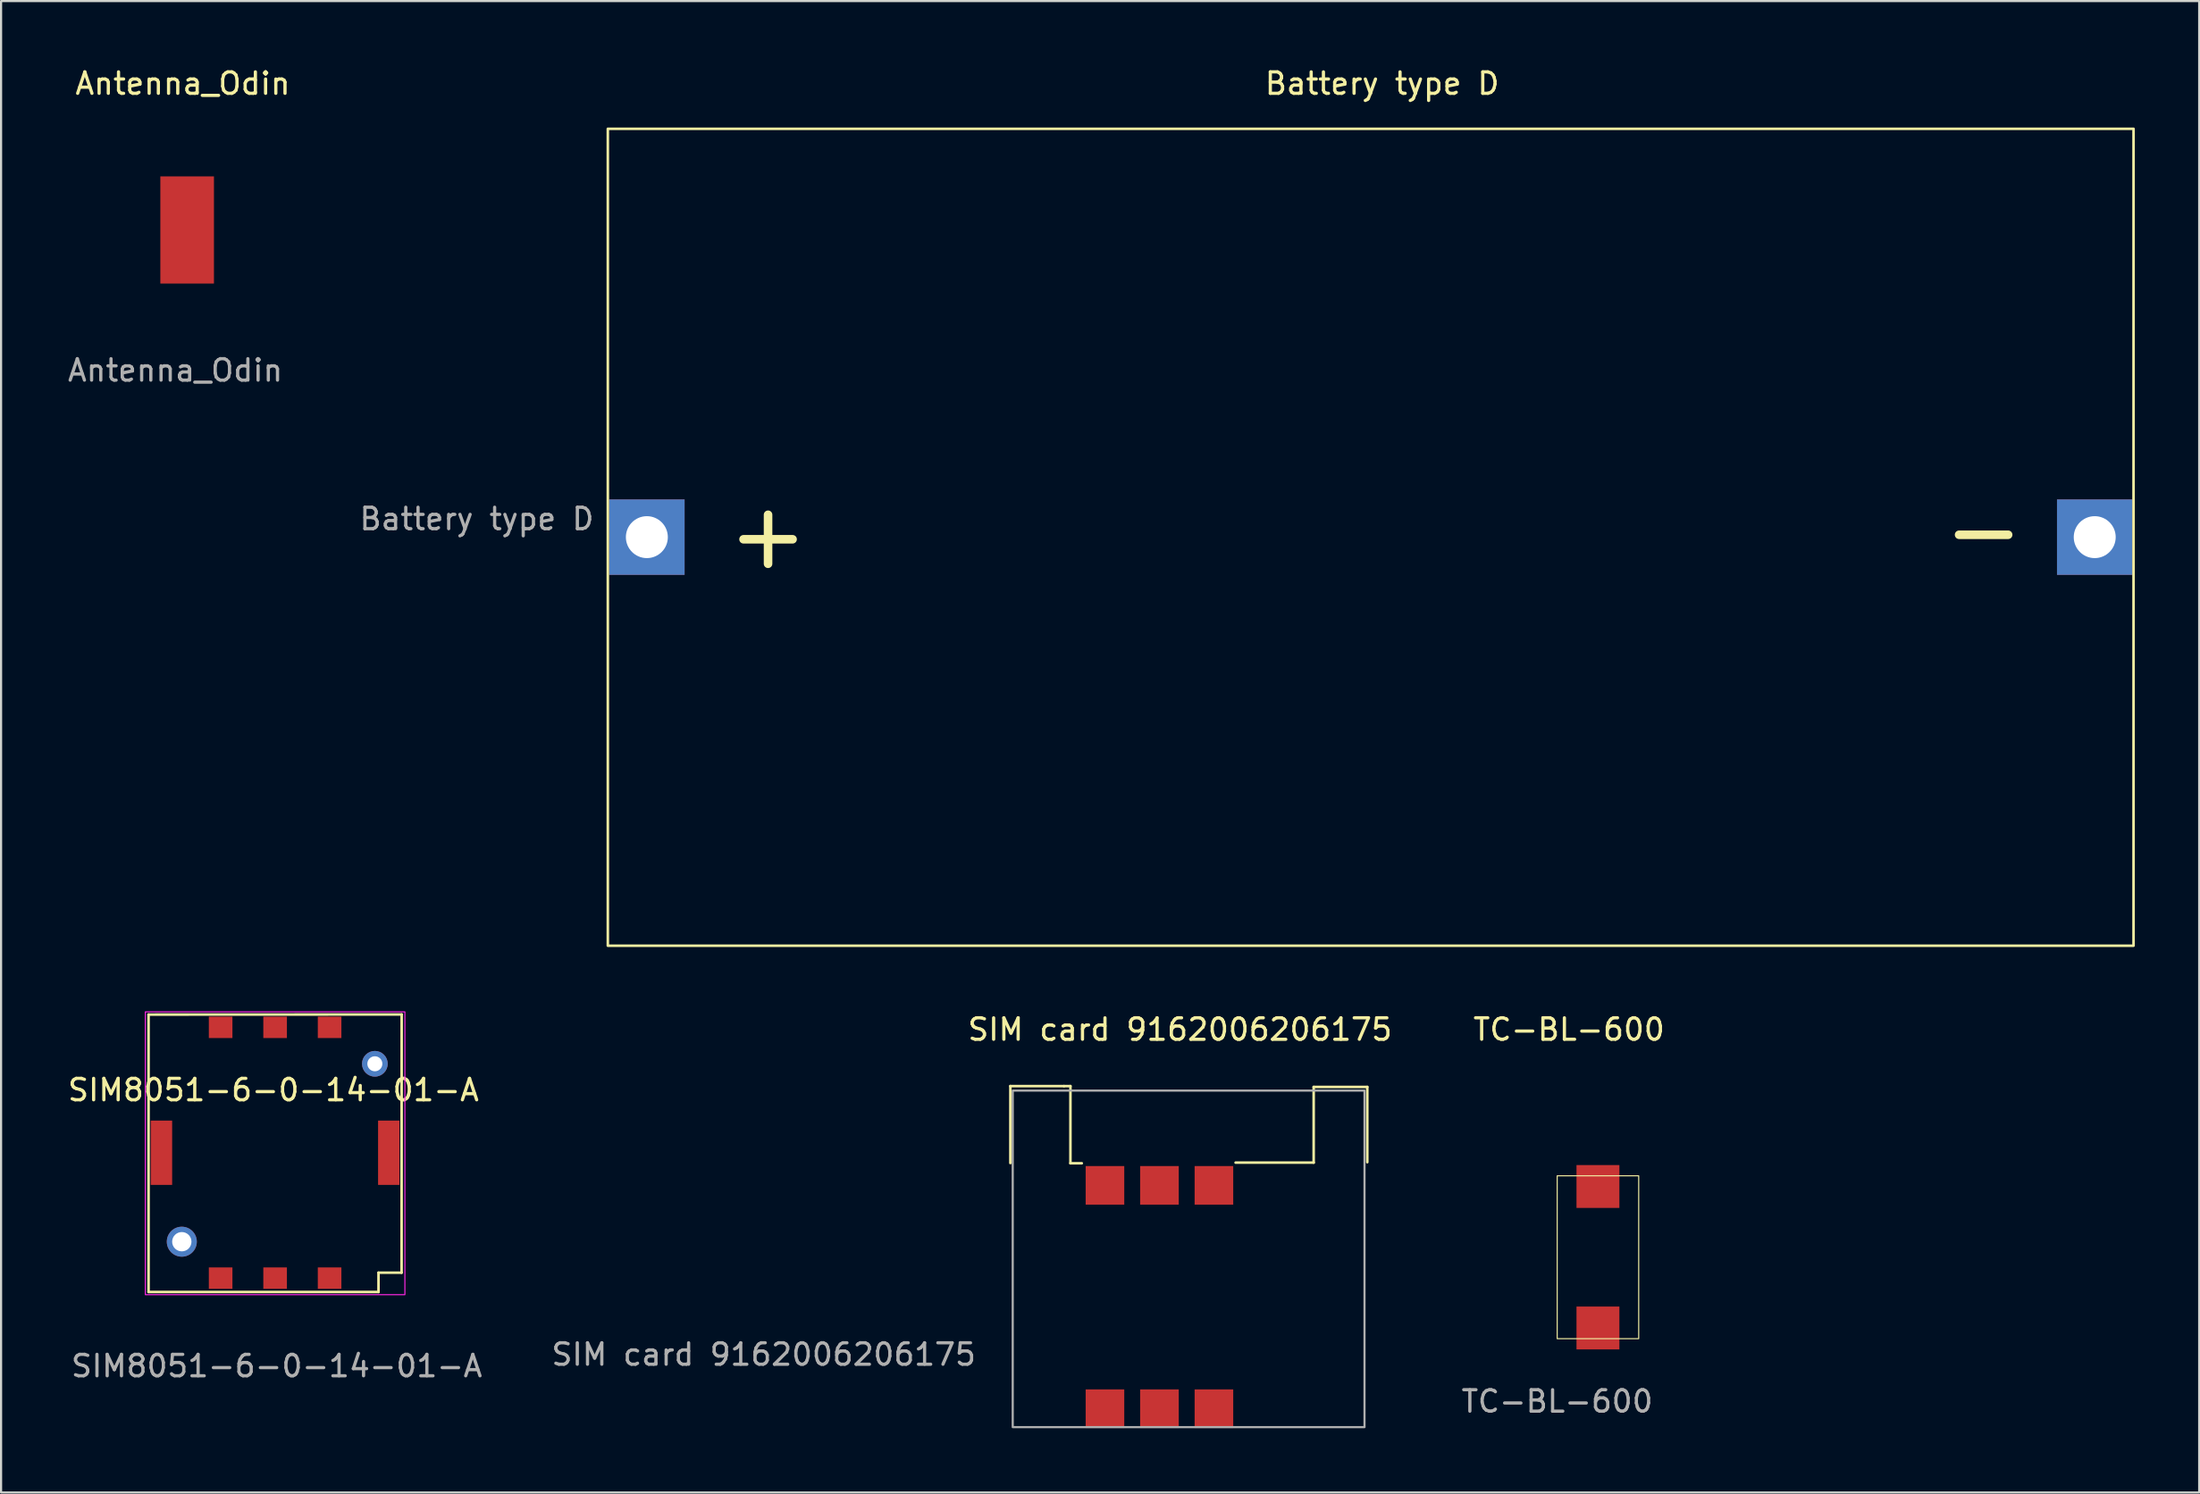
<source format=kicad_pcb>
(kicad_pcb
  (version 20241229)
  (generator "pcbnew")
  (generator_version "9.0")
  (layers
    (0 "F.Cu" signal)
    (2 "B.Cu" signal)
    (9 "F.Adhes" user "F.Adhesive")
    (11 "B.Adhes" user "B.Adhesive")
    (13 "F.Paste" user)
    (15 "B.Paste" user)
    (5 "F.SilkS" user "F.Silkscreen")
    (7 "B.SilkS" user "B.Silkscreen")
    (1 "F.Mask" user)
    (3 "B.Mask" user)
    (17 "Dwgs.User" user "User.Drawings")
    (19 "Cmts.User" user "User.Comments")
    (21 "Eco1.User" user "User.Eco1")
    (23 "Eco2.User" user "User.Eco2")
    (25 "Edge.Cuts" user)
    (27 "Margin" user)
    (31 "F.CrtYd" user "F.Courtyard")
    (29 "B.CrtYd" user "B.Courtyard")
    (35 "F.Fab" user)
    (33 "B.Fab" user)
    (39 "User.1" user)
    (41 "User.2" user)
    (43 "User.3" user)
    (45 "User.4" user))
  (footprint "Battery type D"
    (layer "F.Cu")
    (at 25.287 2.958)
    (property "Reference" "Battery type D" (at 36.1 -2.11 0) (unlocked yes) (layer "F.SilkS") (effects (font (size 1 1) (thickness 0.15))))
    (attr through_hole)
    (fp_rect (start 0 0) (end 71.13 38.11) (stroke (width 0.12) (type default)) (fill no) (layer "F.SilkS"))
    (fp_text user "+" (at 5.35 20.68 0) (unlocked yes) (layer "F.SilkS") (effects (font (size 3 3) (thickness 0.4)) (justify left bottom)))
    (fp_text user "-" (at 62.02 20.47 0) (unlocked yes) (layer "F.SilkS") (effects (font (size 3 3) (thickness 0.4)) (justify left bottom)))
    (fp_text user "${REFERENCE}" (at -6.11 18.2 0) (unlocked yes) (layer "F.Fab") (effects (font (size 1 1) (thickness 0.15))))
    (pad "1" thru_hole rect (at 1.82 19.05) (size 3.518 3.518) (drill 1.956) (layers "*.Cu" "*.Mask"))
    (pad "2" thru_hole rect (at 69.32 19.05) (size 3.518 3.518) (drill 1.956) (layers "*.Cu" "*.Mask")))
  (footprint "SIM8051-6-0-14-01-A"
    (layer "F.Cu")
    (at 9.776 48.051)
    (property "Reference" "SIM8051-6-0-14-01-A" (at -0.08 -0.25 0) (unlocked yes) (layer "F.SilkS") (effects (font (size 1 1) (thickness 0.15))))
    (attr smd)
    (fp_line (start -5.9 -3.77) (end -5.9 9.17) (stroke (width 0.12) (type default)) (layer "F.SilkS"))
    (fp_line (start -5.9 9.17) (end 4.82 9.17) (stroke (width 0.12) (type default)) (layer "F.SilkS"))
    (fp_line (start 4.82 8.27) (end 4.82 9.17) (stroke (width 0.12) (type default)) (layer "F.SilkS"))
    (fp_line (start 5.897 8.27) (end 4.822 8.27) (stroke (width 0.12) (type default)) (layer "F.SilkS"))
    (fp_line (start 5.897 8.27) (end 5.9 -3.775) (stroke (width 0.12) (type default)) (layer "F.SilkS"))
    (fp_line (start 5.9 -3.775) (end -5.9 -3.77) (stroke (width 0.12) (type default)) (layer "F.SilkS"))
    (fp_rect (start -6.05 -3.897) (end 6.05 9.297) (stroke (width 0.05) (type default)) (fill no) (layer "F.CrtYd"))
    (fp_text user "${REFERENCE}" (at 0.075 12.625 0) (unlocked yes) (layer "F.Fab") (effects (font (size 1 1) (thickness 0.15))))
    (pad "C1" smd rect (at 2.54 8.525 270) (size 1 1.1) (layers "F.Cu" "F.Mask" "F.Paste"))
    (pad "C2" smd rect (at 0 8.525 270) (size 1 1.1) (layers "F.Cu" "F.Mask" "F.Paste"))
    (pad "C3" smd rect (at -2.54 8.525 270) (size 1 1.1) (layers "F.Cu" "F.Mask" "F.Paste"))
    (pad "C5" smd rect (at 2.54 -3.175 270) (size 1 1.1) (layers "F.Cu" "F.Mask" "F.Paste"))
    (pad "C6" smd rect (at 0 -3.175 270) (size 1 1.1) (layers "F.Cu" "F.Mask" "F.Paste"))
    (pad "C7" smd rect (at -2.54 -3.175 270) (size 1 1.1) (layers "F.Cu" "F.Mask" "F.Paste"))
    (pad "G1" smd rect (at 5.3 2.675 180) (size 1 3) (layers "F.Cu" "F.Mask" "F.Paste"))
    (pad "G2" smd rect (at -5.3 2.675 180) (size 1 3) (layers "F.Cu" "F.Mask" "F.Paste"))
    (pad "G3" thru_hole circle (at 4.65 -1.475 180) (size 1.2 1.2) (drill 0.7) (layers "*.Cu" "*.Mask"))
    (pad "G4" thru_hole circle (at -4.35 6.825 180) (size 1.4 1.4) (drill 0.9) (layers "*.Cu" "*.Mask"))
    (zone (net_name "") (layer "F.Cu") (hatch full 0.5) (connect_pads) (min_thickness 0.25) (filled_areas_thickness no) (keepout (tracks not_allowed) (vias not_allowed) (pads not_allowed) (copperpour allowed) (footprints allowed)) (placement (enabled no)) (fill) (polygon (pts (xy 6.201 48.576) (xy 13.351 48.576) (xy 13.351 53.426) (xy 6.201 53.426))))
    (zone (net_name "") (layer "F.Cu") (hatch edge 0.5) (connect_pads) (min_thickness 0.25) (filled_areas_thickness no) (keepout (tracks not_allowed) (vias not_allowed) (pads not_allowed) (copperpour allowed) (footprints allowed)) (placement (enabled no)) (fill) (polygon (pts (xy 6.636 46.026) (xy 7.836 46.026) (xy 7.836 47.026) (xy 6.636 47.026))))
    (zone (net_name "") (layer "F.Cu") (hatch edge 0.5) (connect_pads) (min_thickness 0.25) (filled_areas_thickness no) (keepout (tracks not_allowed) (vias not_allowed) (pads not_allowed) (copperpour allowed) (footprints allowed)) (placement (enabled no)) (fill) (polygon (pts (xy 6.636 53.626) (xy 7.836 53.626) (xy 7.836 54.626) (xy 6.636 54.626))))
    (zone (net_name "") (layer "F.Cu") (hatch edge 0.5) (connect_pads) (min_thickness 0.25) (filled_areas_thickness no) (keepout (tracks not_allowed) (vias not_allowed) (pads not_allowed) (copperpour allowed) (footprints allowed)) (placement (enabled no)) (fill) (polygon (pts (xy 9.176 46.026) (xy 10.376 46.026) (xy 10.376 47.026) (xy 9.176 47.026))))
    (zone (net_name "") (layer "F.Cu") (hatch edge 0.5) (connect_pads) (min_thickness 0.25) (filled_areas_thickness no) (keepout (tracks not_allowed) (vias not_allowed) (pads not_allowed) (copperpour allowed) (footprints allowed)) (placement (enabled no)) (fill) (polygon (pts (xy 9.176 53.626) (xy 10.376 53.626) (xy 10.376 54.626) (xy 9.176 54.626))))
    (zone (net_name "") (layer "F.Cu") (hatch edge 0.5) (connect_pads) (min_thickness 0.25) (filled_areas_thickness no) (keepout (tracks not_allowed) (vias not_allowed) (pads not_allowed) (copperpour allowed) (footprints allowed)) (placement (enabled no)) (fill) (polygon (pts (xy 11.716 46.026) (xy 12.916 46.026) (xy 12.916 47.026) (xy 11.716 47.026))))
    (zone (net_name "") (layer "F.Cu") (hatch edge 0.5) (connect_pads) (min_thickness 0.25) (filled_areas_thickness no) (keepout (tracks not_allowed) (vias not_allowed) (pads not_allowed) (copperpour allowed) (footprints allowed)) (placement (enabled no)) (fill) (polygon (pts (xy 11.716 53.626) (xy 12.916 53.626) (xy 12.916 54.626) (xy 11.716 54.626)))))
  (footprint "SIM card 9162006206175"
    (layer "F.Cu")
    (at 44.164 47.827)
    (property "Reference" "SIM card 9162006206175" (at 7.8 -2.85 0) (unlocked yes) (layer "F.SilkS") (effects (font (size 1 1) (thickness 0.15))))
    (attr smd)
    (fp_line (start -0.11 -0.21) (end -0.11 3.38) (stroke (width 0.12) (type default)) (layer "F.SilkS"))
    (fp_line (start 2.39 -0.21) (end -0.11 -0.21) (stroke (width 0.12) (type default)) (layer "F.SilkS"))
    (fp_line (start 2.39 -0.21) (end 2.69 -0.21) (stroke (width 0.12) (type default)) (layer "F.SilkS"))
    (fp_line (start 2.69 -0.21) (end 2.69 3.39) (stroke (width 0.12) (type default)) (layer "F.SilkS"))
    (fp_line (start 2.69 3.39) (end 3.22 3.39) (stroke (width 0.12) (type default)) (layer "F.SilkS"))
    (fp_line (start 14.03 -0.17) (end 14.03 3.36) (stroke (width 0.12) (type default)) (layer "F.SilkS"))
    (fp_line (start 14.03 -0.17) (end 16.53 -0.17) (stroke (width 0.12) (type default)) (layer "F.SilkS"))
    (fp_line (start 14.03 3.36) (end 10.39 3.36) (stroke (width 0.12) (type default)) (layer "F.SilkS"))
    (fp_line (start 16.53 -0.17) (end 16.53 3.34) (stroke (width 0.12) (type default)) (layer "F.SilkS"))
    (fp_rect (start 0 0) (end 16.4 15.7) (stroke (width 0.1) (type default)) (fill no) (layer "F.Fab"))
    (fp_text user "${REFERENCE}" (at -11.61 12.31 0) (unlocked yes) (layer "F.Fab") (effects (font (size 1 1) (thickness 0.15))))
    (pad "1" smd rect (at 4.3 4.42) (size 1.8 1.8) (layers "F.Cu" "F.Mask" "F.Paste"))
    (pad "2" smd rect (at 6.84 4.42) (size 1.8 1.8) (layers "F.Cu" "F.Mask" "F.Paste"))
    (pad "3" smd rect (at 9.38 4.42) (size 1.8 1.8) (layers "F.Cu" "F.Mask" "F.Paste"))
    (pad "5" smd rect (at 4.3 14.84) (size 1.8 1.8) (layers "F.Cu" "F.Mask" "F.Paste"))
    (pad "6" smd rect (at 6.84 14.84) (size 1.8 1.8) (layers "F.Cu" "F.Mask" "F.Paste"))
    (pad "7" smd rect (at 9.38 14.84) (size 1.8 1.8) (layers "F.Cu" "F.Mask" "F.Paste")))
  (footprint "TC-BL-600"
    (layer "F.Cu")
    (at 69.547 51.801)
    (property "Reference" "TC-BL-600" (at 0.55 -6.825 0) (unlocked yes) (layer "F.SilkS") (effects (font (size 1 1) (thickness 0.15))))
    (attr smd)
    (fp_rect (start 0 0) (end 3.8 7.6) (stroke (width 0.05) (type default)) (fill no) (layer "F.SilkS"))
    (fp_text user "${REFERENCE}" (at 0 10.525 0) (unlocked yes) (layer "F.Fab") (effects (font (size 1 1) (thickness 0.15))))
    (pad "1" smd rect (at 1.9 0.5) (size 2 2) (layers "F.Cu" "F.Mask" "F.Paste"))
    (pad "2" smd rect (at 1.9 7.1) (size 2 2) (layers "F.Cu" "F.Mask" "F.Paste")))
  (footprint "Antenna_Odin"
    (layer "F.Cu")
    (at 5.555 7.678)
    (property "Reference" "Antenna_Odin" (at -0.08 -6.83 0) (unlocked yes) (layer "F.SilkS") (effects (font (size 1 1) (thickness 0.15))))
    (attr smd)
    (fp_text user "${REFERENCE}" (at -0.43 6.55 0) (unlocked yes) (layer "F.Fab") (effects (font (size 1 1) (thickness 0.15))))
    (pad "1" smd rect (at 0.12 0) (size 2.5 5) (layers "F.Cu" "F.Mask" "F.Paste")))
  (gr_rect
    (start -3 -3)
    (end 99.477 66.576)
    (stroke (width 0.1) (type default))
    (fill no)
    (layer "Edge.Cuts")))
</source>
